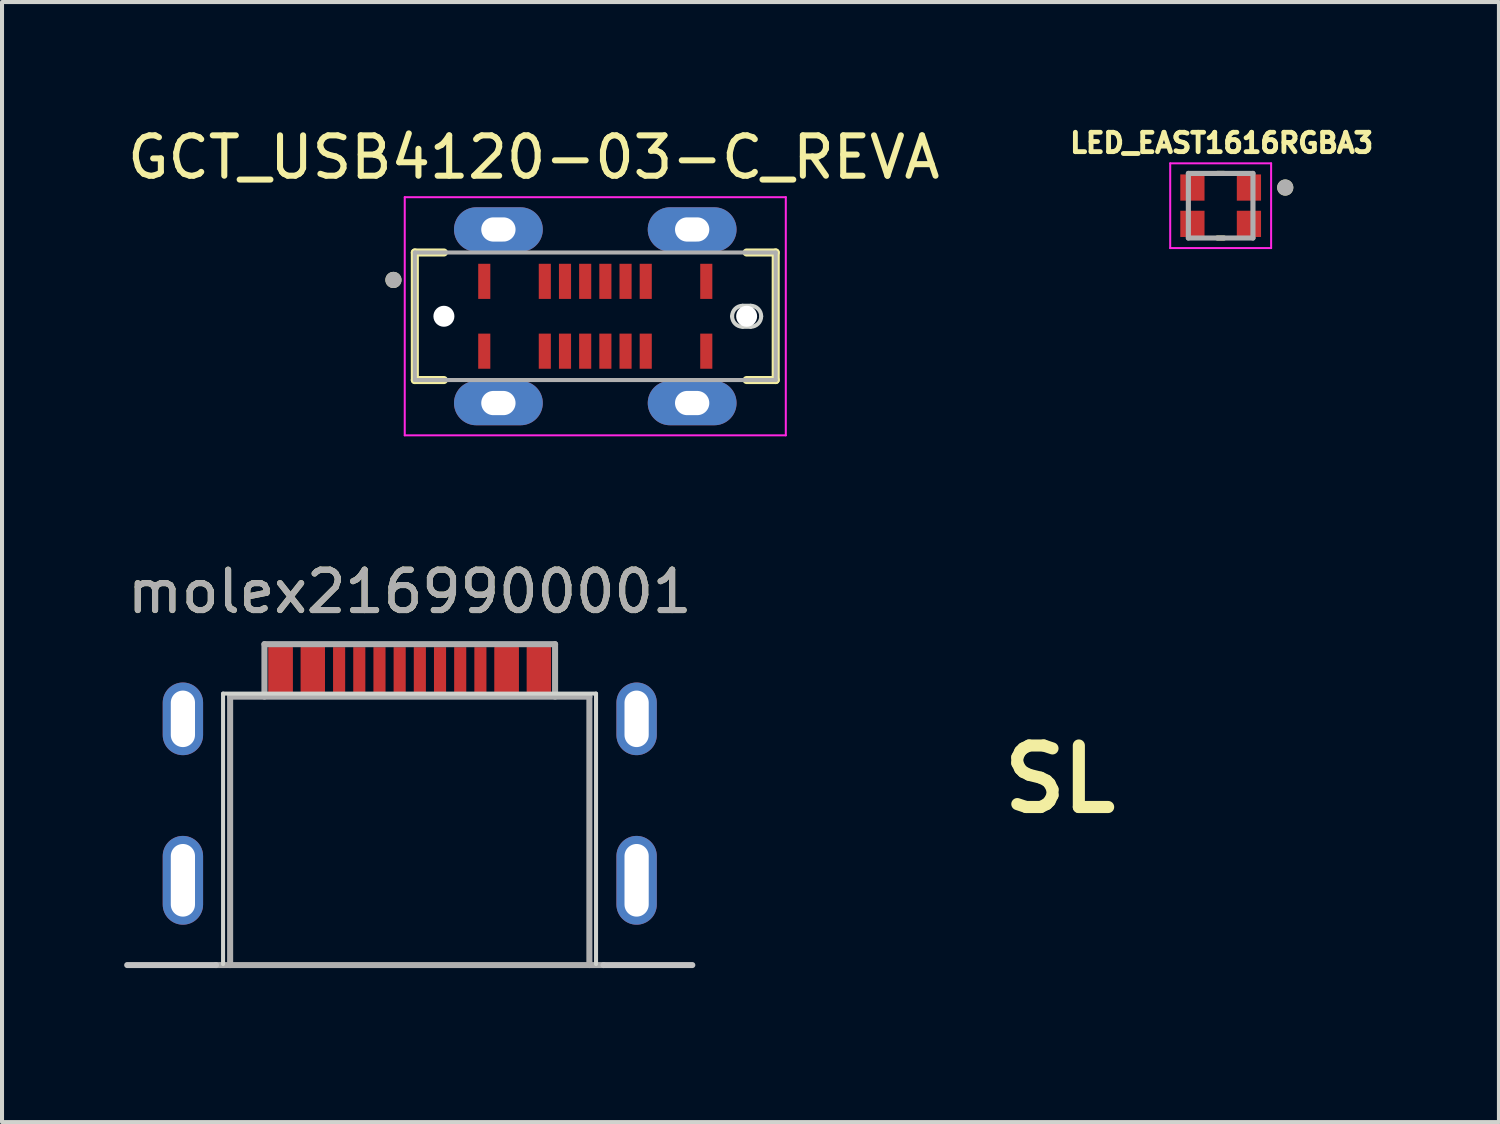
<source format=kicad_pcb>
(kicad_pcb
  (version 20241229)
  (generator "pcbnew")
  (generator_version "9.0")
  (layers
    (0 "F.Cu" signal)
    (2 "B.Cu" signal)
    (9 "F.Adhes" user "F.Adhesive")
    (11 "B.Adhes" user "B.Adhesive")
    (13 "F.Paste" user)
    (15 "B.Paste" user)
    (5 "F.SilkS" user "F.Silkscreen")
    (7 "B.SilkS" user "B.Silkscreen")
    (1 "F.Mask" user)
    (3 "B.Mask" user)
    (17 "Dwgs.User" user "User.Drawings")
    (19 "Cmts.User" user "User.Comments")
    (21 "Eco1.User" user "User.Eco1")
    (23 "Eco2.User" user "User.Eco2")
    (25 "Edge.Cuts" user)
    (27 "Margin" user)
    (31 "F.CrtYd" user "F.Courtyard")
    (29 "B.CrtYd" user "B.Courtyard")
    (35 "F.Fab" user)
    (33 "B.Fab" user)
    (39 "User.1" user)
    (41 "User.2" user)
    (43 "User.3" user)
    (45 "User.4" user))
  (footprint "GCT_USB4120-03-C_REVA"
    (layer "F.Cu")
    (at 11.697 4.785)
    (property "Reference" "GCT_USB4120-03-C_REVA" (at -1.524 -3.937 0) (layer "F.SilkS") (effects (font (size 1 1) (thickness 0.15))))
    (fp_line (start -4.47 -1.58) (end -4.47 1.58) (stroke (width 0.2) (type solid)) (layer "F.SilkS"))
    (fp_line (start -4.47 1.58) (end -3.75 1.58) (stroke (width 0.2) (type solid)) (layer "F.SilkS"))
    (fp_line (start -3.75 -1.58) (end -4.47 -1.58) (stroke (width 0.2) (type solid)) (layer "F.SilkS"))
    (fp_line (start 3.75 -1.58) (end 4.47 -1.58) (stroke (width 0.2) (type solid)) (layer "F.SilkS"))
    (fp_line (start 4.47 -1.58) (end 4.47 1.58) (stroke (width 0.2) (type solid)) (layer "F.SilkS"))
    (fp_line (start 4.47 1.58) (end 3.75 1.58) (stroke (width 0.2) (type solid)) (layer "F.SilkS"))
    (fp_circle (center -5 -0.9) (end -4.9 -0.9) (stroke (width 0.2) (type solid)) (fill no) (layer "F.SilkS"))
    (fp_line (start 3.65 -0.26) (end 3.85 -0.26) (stroke (width 0.1) (type solid)) (layer "Edge.Cuts"))
    (fp_line (start 3.85 0.26) (end 3.65 0.26) (stroke (width 0.1) (type solid)) (layer "Edge.Cuts"))
    (fp_arc (start 3.39 0) (mid 3.466152 -0.183848) (end 3.65 -0.26) (stroke (width 0.1) (type solid)) (layer "Edge.Cuts"))
    (fp_arc (start 3.65 0.26) (mid 3.466152 0.183848) (end 3.39 0) (stroke (width 0.1) (type solid)) (layer "Edge.Cuts"))
    (fp_arc (start 3.85 -0.26) (mid 4.033848 -0.183848) (end 4.11 0) (stroke (width 0.1) (type solid)) (layer "Edge.Cuts"))
    (fp_arc (start 4.11 0) (mid 4.033848 0.183848) (end 3.85 0.26) (stroke (width 0.1) (type solid)) (layer "Edge.Cuts"))
    (fp_line (start -4.72 -2.95) (end 4.72 -2.95) (stroke (width 0.05) (type solid)) (layer "F.CrtYd"))
    (fp_line (start -4.72 2.95) (end -4.72 -2.95) (stroke (width 0.05) (type solid)) (layer "F.CrtYd"))
    (fp_line (start 4.72 -2.95) (end 4.72 2.95) (stroke (width 0.05) (type solid)) (layer "F.CrtYd"))
    (fp_line (start 4.72 2.95) (end -4.72 2.95) (stroke (width 0.05) (type solid)) (layer "F.CrtYd"))
    (fp_line (start -4.47 -1.58) (end 4.47 -1.58) (stroke (width 0.1) (type solid)) (layer "F.Fab"))
    (fp_line (start -4.47 1.58) (end -4.47 -1.58) (stroke (width 0.1) (type solid)) (layer "F.Fab"))
    (fp_line (start 4.47 -1.58) (end 4.47 1.58) (stroke (width 0.1) (type solid)) (layer "F.Fab"))
    (fp_line (start 4.47 1.58) (end -4.47 1.58) (stroke (width 0.1) (type solid)) (layer "F.Fab"))
    (fp_circle (center -5 -0.9) (end -4.9 -0.9) (stroke (width 0.2) (type solid)) (fill no) (layer "F.Fab"))
    (pad "" np_thru_hole circle (at -3.75 0) (size 0.52 0.52) (drill 0.52) (layers "*.Cu" "*.Mask"))
    (pad "" np_thru_hole circle (at 3.75 0) (size 0.52 0.52) (drill 0.52) (layers "*.Cu" "*.Mask"))
    (pad "A1" smd rect (at -2.75 -0.865) (size 0.3 0.87) (layers "F.Cu" "F.Mask" "F.Paste"))
    (pad "A4" smd rect (at -1.25 -0.865) (size 0.3 0.87) (layers "F.Cu" "F.Mask" "F.Paste"))
    (pad "A5" smd rect (at -0.75 -0.865) (size 0.3 0.87) (layers "F.Cu" "F.Mask" "F.Paste"))
    (pad "A6" smd rect (at -0.25 -0.865) (size 0.3 0.87) (layers "F.Cu" "F.Mask" "F.Paste"))
    (pad "A7" smd rect (at 0.25 -0.865) (size 0.3 0.87) (layers "F.Cu" "F.Mask" "F.Paste"))
    (pad "A8" smd rect (at 0.75 -0.865) (size 0.3 0.87) (layers "F.Cu" "F.Mask" "F.Paste"))
    (pad "A9" smd rect (at 1.25 -0.865) (size 0.3 0.87) (layers "F.Cu" "F.Mask" "F.Paste"))
    (pad "A12" smd rect (at 2.75 -0.865) (size 0.3 0.87) (layers "F.Cu" "F.Mask" "F.Paste"))
    (pad "B1" smd rect (at 2.75 0.865) (size 0.3 0.87) (layers "F.Cu" "F.Mask" "F.Paste"))
    (pad "B4" smd rect (at 1.25 0.865) (size 0.3 0.87) (layers "F.Cu" "F.Mask" "F.Paste"))
    (pad "B5" smd rect (at 0.75 0.865) (size 0.3 0.87) (layers "F.Cu" "F.Mask" "F.Paste"))
    (pad "B6" smd rect (at 0.25 0.865) (size 0.3 0.87) (layers "F.Cu" "F.Mask" "F.Paste"))
    (pad "B7" smd rect (at -0.25 0.865) (size 0.3 0.87) (layers "F.Cu" "F.Mask" "F.Paste"))
    (pad "B8" smd rect (at -0.75 0.865) (size 0.3 0.87) (layers "F.Cu" "F.Mask" "F.Paste"))
    (pad "B9" smd rect (at -1.25 0.865) (size 0.3 0.87) (layers "F.Cu" "F.Mask" "F.Paste"))
    (pad "B12" smd rect (at -2.75 0.865) (size 0.3 0.87) (layers "F.Cu" "F.Mask" "F.Paste"))
    (pad "S1" thru_hole oval (at -2.4 -2.15) (size 2.2 1.1) (drill oval 0.85 0.6) (layers "*.Cu" "*.Mask"))
    (pad "S2" thru_hole oval (at -2.4 2.15) (size 2.2 1.1) (drill oval 0.85 0.6) (layers "*.Cu" "*.Mask"))
    (pad "S3" thru_hole oval (at 2.4 -2.15) (size 2.2 1.1) (drill oval 0.85 0.6) (layers "*.Cu" "*.Mask"))
    (pad "S4" thru_hole oval (at 2.4 2.15) (size 2.2 1.1) (drill oval 0.85 0.6) (layers "*.Cu" "*.Mask")))
  (footprint "SL"
    (layer "F.Cu")
    (at 23.205 16.253)
    (property "Reference" "SL" (at 0 0 0) (layer "F.SilkS") (effects (font (size 1.524 1.524) (thickness 0.3))))
    (attr board_only exclude_from_pos_files exclude_from_bom)
    (fp_poly (pts (xy -4.86 -2.482) (xy -4.667 -2.434) (xy -4.492 -2.351) (xy -4.338 -2.238) (xy -4.209 -2.099) (xy -4.109 -1.936) (xy -4.041 -1.753) (xy -4.029 -1.702) (xy -4.023 -1.655) (xy -4.018 -1.571) (xy -4.013 -1.455) (xy -4.009 -1.31) (xy -4.006 -1.141) (xy -4.003 -0.952) (xy -4.001 -0.746) (xy -3.999 -0.527) (xy -3.998 -0.299) (xy -3.998 -0.067) (xy -3.998 0.167) (xy -3.999 0.398) (xy -4 0.623) (xy -4.002 0.836) (xy -4.004 1.036) (xy -4.007 1.217) (xy -4.011 1.376) (xy -4.015 1.508) (xy -4.02 1.611) (xy -4.025 1.68) (xy -4.029 1.702) (xy -4.088 1.89) (xy -4.181 2.059) (xy -4.303 2.205) (xy -4.452 2.326) (xy -4.622 2.417) (xy -4.798 2.471) (xy -4.927 2.493) (xy -5.041 2.496) (xy -5.162 2.48) (xy -5.212 2.47) (xy -5.395 2.411) (xy -5.562 2.317) (xy -5.707 2.194) (xy -5.827 2.046) (xy -5.917 1.877) (xy -5.971 1.702) (xy -5.977 1.655) (xy -5.982 1.571) (xy -5.987 1.455) (xy -5.991 1.31) (xy -5.994 1.141) (xy -5.997 0.952) (xy -5.999 0.746) (xy -6.001 0.527) (xy -6.002 0.299) (xy -6.002 0.067) (xy -6.002 -0.167) (xy -6.001 -0.398) (xy -6 -0.623) (xy -5.998 -0.836) (xy -5.996 -1.036) (xy -5.993 -1.217) (xy -5.989 -1.376) (xy -5.985 -1.508) (xy -5.98 -1.611) (xy -5.975 -1.68) (xy -5.971 -1.702) (xy -5.913 -1.887) (xy -5.823 -2.052) (xy -5.705 -2.196) (xy -5.565 -2.315) (xy -5.405 -2.406) (xy -5.231 -2.466) (xy -5.047 -2.493)) (stroke (width 0) (type solid)) (fill yes) (layer "F.Mask"))
    (fp_poly (pts (xy 5.14 -2.482) (xy 5.333 -2.434) (xy 5.508 -2.351) (xy 5.662 -2.238) (xy 5.791 -2.099) (xy 5.891 -1.936) (xy 5.959 -1.753) (xy 5.971 -1.702) (xy 5.977 -1.655) (xy 5.982 -1.571) (xy 5.987 -1.455) (xy 5.991 -1.31) (xy 5.994 -1.141) (xy 5.997 -0.952) (xy 5.999 -0.746) (xy 6.001 -0.527) (xy 6.002 -0.299) (xy 6.002 -0.067) (xy 6.002 0.167) (xy 6.001 0.398) (xy 6 0.623) (xy 5.998 0.836) (xy 5.996 1.036) (xy 5.993 1.217) (xy 5.989 1.376) (xy 5.985 1.508) (xy 5.98 1.611) (xy 5.975 1.68) (xy 5.971 1.702) (xy 5.912 1.89) (xy 5.819 2.059) (xy 5.697 2.205) (xy 5.548 2.326) (xy 5.378 2.417) (xy 5.202 2.471) (xy 5.073 2.493) (xy 4.959 2.496) (xy 4.838 2.48) (xy 4.788 2.47) (xy 4.605 2.411) (xy 4.438 2.317) (xy 4.293 2.194) (xy 4.173 2.046) (xy 4.083 1.877) (xy 4.029 1.702) (xy 4.023 1.655) (xy 4.018 1.571) (xy 4.013 1.455) (xy 4.009 1.31) (xy 4.006 1.141) (xy 4.003 0.952) (xy 4.001 0.746) (xy 3.999 0.527) (xy 3.998 0.299) (xy 3.998 0.067) (xy 3.998 -0.167) (xy 3.999 -0.398) (xy 4 -0.623) (xy 4.002 -0.836) (xy 4.004 -1.036) (xy 4.007 -1.217) (xy 4.011 -1.376) (xy 4.015 -1.508) (xy 4.02 -1.611) (xy 4.025 -1.68) (xy 4.029 -1.702) (xy 4.087 -1.887) (xy 4.177 -2.052) (xy 4.295 -2.196) (xy 4.435 -2.315) (xy 4.595 -2.406) (xy 4.769 -2.466) (xy 4.953 -2.493)) (stroke (width 0) (type solid)) (fill yes) (layer "F.Mask"))
    (fp_poly (pts (xy -2.266 -3.965) (xy -2.092 -3.905) (xy -1.933 -3.813) (xy -1.792 -3.694) (xy -1.675 -3.549) (xy -1.586 -3.384) (xy -1.529 -3.202) (xy -1.525 -3.163) (xy -1.521 -3.086) (xy -1.517 -2.975) (xy -1.514 -2.831) (xy -1.511 -2.659) (xy -1.508 -2.46) (xy -1.506 -2.237) (xy -1.504 -1.993) (xy -1.502 -1.731) (xy -1.501 -1.454) (xy -1.499 -1.163) (xy -1.499 -0.862) (xy -1.498 -0.554) (xy -1.498 -0.241) (xy -1.497 0.074) (xy -1.498 0.389) (xy -1.498 0.7) (xy -1.499 1.005) (xy -1.5 1.301) (xy -1.501 1.586) (xy -1.503 1.857) (xy -1.505 2.11) (xy -1.507 2.345) (xy -1.51 2.556) (xy -1.512 2.743) (xy -1.516 2.902) (xy -1.519 3.031) (xy -1.523 3.127) (xy -1.527 3.186) (xy -1.529 3.202) (xy -1.588 3.39) (xy -1.681 3.559) (xy -1.803 3.705) (xy -1.952 3.826) (xy -2.122 3.917) (xy -2.298 3.971) (xy -2.427 3.993) (xy -2.541 3.996) (xy -2.662 3.98) (xy -2.712 3.97) (xy -2.895 3.911) (xy -3.062 3.817) (xy -3.207 3.694) (xy -3.327 3.546) (xy -3.417 3.377) (xy -3.471 3.202) (xy -3.475 3.163) (xy -3.479 3.086) (xy -3.483 2.975) (xy -3.486 2.831) (xy -3.489 2.659) (xy -3.492 2.46) (xy -3.494 2.237) (xy -3.496 1.993) (xy -3.498 1.731) (xy -3.499 1.454) (xy -3.501 1.163) (xy -3.501 0.862) (xy -3.502 0.554) (xy -3.502 0.241) (xy -3.503 -0.074) (xy -3.502 -0.389) (xy -3.502 -0.7) (xy -3.501 -1.005) (xy -3.5 -1.301) (xy -3.499 -1.586) (xy -3.497 -1.857) (xy -3.495 -2.11) (xy -3.493 -2.345) (xy -3.49 -2.556) (xy -3.488 -2.743) (xy -3.484 -2.902) (xy -3.481 -3.031) (xy -3.477 -3.127) (xy -3.473 -3.186) (xy -3.471 -3.202) (xy -3.412 -3.39) (xy -3.319 -3.559) (xy -3.197 -3.705) (xy -3.05 -3.825) (xy -2.88 -3.915) (xy -2.691 -3.973) (xy -2.64 -3.982) (xy -2.45 -3.992)) (stroke (width 0) (type solid)) (fill yes) (layer "F.Mask"))
    (fp_poly (pts (xy 2.734 -3.965) (xy 2.908 -3.905) (xy 3.067 -3.813) (xy 3.208 -3.694) (xy 3.325 -3.549) (xy 3.414 -3.384) (xy 3.471 -3.202) (xy 3.475 -3.163) (xy 3.479 -3.086) (xy 3.483 -2.975) (xy 3.486 -2.831) (xy 3.489 -2.659) (xy 3.492 -2.46) (xy 3.494 -2.237) (xy 3.496 -1.993) (xy 3.498 -1.731) (xy 3.499 -1.454) (xy 3.501 -1.163) (xy 3.501 -0.862) (xy 3.502 -0.554) (xy 3.502 -0.241) (xy 3.503 0.074) (xy 3.502 0.389) (xy 3.502 0.7) (xy 3.501 1.005) (xy 3.5 1.301) (xy 3.499 1.586) (xy 3.497 1.857) (xy 3.495 2.11) (xy 3.493 2.345) (xy 3.49 2.556) (xy 3.488 2.743) (xy 3.484 2.902) (xy 3.481 3.031) (xy 3.477 3.127) (xy 3.473 3.186) (xy 3.471 3.202) (xy 3.412 3.39) (xy 3.319 3.559) (xy 3.197 3.705) (xy 3.048 3.826) (xy 2.878 3.917) (xy 2.702 3.971) (xy 2.573 3.993) (xy 2.459 3.996) (xy 2.338 3.98) (xy 2.288 3.97) (xy 2.105 3.911) (xy 1.938 3.817) (xy 1.793 3.694) (xy 1.673 3.546) (xy 1.583 3.377) (xy 1.529 3.202) (xy 1.525 3.163) (xy 1.521 3.086) (xy 1.517 2.975) (xy 1.514 2.831) (xy 1.511 2.659) (xy 1.508 2.46) (xy 1.506 2.237) (xy 1.504 1.993) (xy 1.502 1.731) (xy 1.501 1.454) (xy 1.499 1.163) (xy 1.499 0.862) (xy 1.498 0.554) (xy 1.498 0.241) (xy 1.497 -0.074) (xy 1.498 -0.389) (xy 1.498 -0.7) (xy 1.499 -1.005) (xy 1.5 -1.301) (xy 1.501 -1.586) (xy 1.503 -1.857) (xy 1.505 -2.11) (xy 1.507 -2.345) (xy 1.51 -2.556) (xy 1.512 -2.743) (xy 1.516 -2.902) (xy 1.519 -3.031) (xy 1.523 -3.127) (xy 1.527 -3.186) (xy 1.529 -3.202) (xy 1.588 -3.39) (xy 1.681 -3.559) (xy 1.803 -3.705) (xy 1.95 -3.825) (xy 2.12 -3.915) (xy 2.309 -3.973) (xy 2.36 -3.982) (xy 2.55 -3.992)) (stroke (width 0) (type solid)) (fill yes) (layer "F.Mask"))
    (fp_poly (pts (xy 0.234 -5.465) (xy 0.408 -5.405) (xy 0.567 -5.313) (xy 0.708 -5.194) (xy 0.825 -5.049) (xy 0.914 -4.884) (xy 0.971 -4.702) (xy 0.975 -4.666) (xy 0.978 -4.593) (xy 0.981 -4.483) (xy 0.984 -4.341) (xy 0.986 -4.167) (xy 0.989 -3.964) (xy 0.991 -3.734) (xy 0.993 -3.48) (xy 0.995 -3.203) (xy 0.996 -2.906) (xy 0.998 -2.591) (xy 0.999 -2.26) (xy 1 -1.916) (xy 1.001 -1.56) (xy 1.002 -1.195) (xy 1.002 -0.823) (xy 1.003 -0.447) (xy 1.003 -0.067) (xy 1.003 0.312) (xy 1.002 0.69) (xy 1.002 1.064) (xy 1.001 1.432) (xy 1 1.791) (xy 0.999 2.14) (xy 0.998 2.475) (xy 0.997 2.796) (xy 0.995 3.1) (xy 0.994 3.384) (xy 0.992 3.646) (xy 0.989 3.885) (xy 0.987 4.098) (xy 0.985 4.282) (xy 0.982 4.436) (xy 0.979 4.558) (xy 0.976 4.645) (xy 0.972 4.694) (xy 0.971 4.702) (xy 0.912 4.89) (xy 0.819 5.059) (xy 0.697 5.205) (xy 0.548 5.326) (xy 0.378 5.417) (xy 0.202 5.471) (xy 0.073 5.493) (xy -0.041 5.496) (xy -0.162 5.48) (xy -0.212 5.47) (xy -0.395 5.411) (xy -0.562 5.317) (xy -0.707 5.194) (xy -0.827 5.046) (xy -0.917 4.877) (xy -0.971 4.702) (xy -0.975 4.666) (xy -0.978 4.593) (xy -0.981 4.483) (xy -0.984 4.341) (xy -0.986 4.167) (xy -0.989 3.964) (xy -0.991 3.734) (xy -0.993 3.48) (xy -0.995 3.203) (xy -0.996 2.906) (xy -0.998 2.591) (xy -0.999 2.26) (xy -1 1.916) (xy -1.001 1.56) (xy -1.002 1.195) (xy -1.002 0.823) (xy -1.003 0.447) (xy -1.003 0.067) (xy -1.003 -0.312) (xy -1.002 -0.69) (xy -1.002 -1.064) (xy -1.001 -1.432) (xy -1 -1.791) (xy -0.999 -2.14) (xy -0.998 -2.475) (xy -0.997 -2.796) (xy -0.995 -3.1) (xy -0.994 -3.384) (xy -0.992 -3.646) (xy -0.989 -3.885) (xy -0.987 -4.098) (xy -0.985 -4.282) (xy -0.982 -4.436) (xy -0.979 -4.558) (xy -0.976 -4.645) (xy -0.972 -4.694) (xy -0.971 -4.702) (xy -0.912 -4.89) (xy -0.819 -5.059) (xy -0.697 -5.205) (xy -0.55 -5.325) (xy -0.38 -5.415) (xy -0.191 -5.473) (xy -0.14 -5.482) (xy 0.05 -5.492)) (stroke (width 0) (type solid)) (fill yes) (layer "F.Mask")))
  (footprint "molex2169900001"
    (layer "F.Cu")
    (at 7.101 20.858)
    (property "Reference" "molex2169900001" (at 0 -9.25 0) (layer "F.SilkS") (effects (font (size 1 1) (thickness 0.15))))
    (attr smd)
    (fp_line (start -4.8 0) (end -7 0) (stroke (width 0.15) (type solid)) (layer "Dwgs.User"))
    (fp_line (start 7 0) (end 4.8 0) (stroke (width 0.15) (type solid)) (layer "Dwgs.User"))
    (fp_line (start -4.625 -6.725) (end 4.615 -6.725) (stroke (width 0.1) (type solid)) (layer "Edge.Cuts"))
    (fp_line (start -4.625 -0.025) (end -4.625 -6.725) (stroke (width 0.1) (type solid)) (layer "Edge.Cuts"))
    (fp_line (start 4.615 -0.025) (end 4.615 -6.725) (stroke (width 0.1) (type solid)) (layer "Edge.Cuts"))
    (fp_line (start -4.45 -6.65) (end -4.45 0) (stroke (width 0.15) (type solid)) (layer "F.Fab"))
    (fp_line (start -3.6 -7.95) (end 3.6 -7.95) (stroke (width 0.15) (type solid)) (layer "F.Fab"))
    (fp_line (start -3.6 -6.65) (end -3.6 -7.95) (stroke (width 0.15) (type solid)) (layer "F.Fab"))
    (fp_line (start 3.6 -7.95) (end 3.6 -6.65) (stroke (width 0.15) (type solid)) (layer "F.Fab"))
    (fp_line (start 4.45 -6.65) (end -4.45 -6.65) (stroke (width 0.15) (type solid)) (layer "F.Fab"))
    (fp_line (start 4.45 -6.65) (end 4.45 0) (stroke (width 0.15) (type solid)) (layer "F.Fab"))
    (fp_line (start 4.8 0) (end -4.8 0) (stroke (width 0.15) (type solid)) (layer "F.Fab"))
    (fp_text user "${REFERENCE}" (at 0 -9.25 0) (layer "F.Fab") (effects (font (size 1 1) (thickness 0.15))))
    (pad "A1" smd rect (at -3.2 -7.3) (size 0.6 1.15) (layers "F.Cu" "F.Mask" "F.Paste"))
    (pad "A4" smd rect (at -2.4 -7.3) (size 0.6 1.15) (layers "F.Cu" "F.Mask" "F.Paste"))
    (pad "A5" smd rect (at -1.25 -7.3) (size 0.3 1.15) (layers "F.Cu" "F.Mask" "F.Paste"))
    (pad "A6" smd rect (at -0.25 -7.3) (size 0.3 1.15) (layers "F.Cu" "F.Mask" "F.Paste"))
    (pad "A7" smd rect (at 0.25 -7.3) (size 0.3 1.15) (layers "F.Cu" "F.Mask" "F.Paste"))
    (pad "A8" smd rect (at 1.25 -7.3) (size 0.3 1.15) (layers "F.Cu" "F.Mask" "F.Paste"))
    (pad "A9" smd rect (at 2.4 -7.3) (size 0.6 1.15) (layers "F.Cu" "F.Mask" "F.Paste"))
    (pad "A12" smd rect (at 3.2 -7.3) (size 0.6 1.15) (layers "F.Cu" "F.Mask" "F.Paste"))
    (pad "B1" smd rect (at 3.2 -7.3) (size 0.6 1.15) (layers "F.Cu" "F.Mask" "F.Paste"))
    (pad "B4" smd rect (at 2.4 -7.3) (size 0.6 1.15) (layers "F.Cu" "F.Mask" "F.Paste"))
    (pad "B5" smd rect (at 1.75 -7.3) (size 0.3 1.15) (layers "F.Cu" "F.Mask" "F.Paste"))
    (pad "B6" smd rect (at 0.75 -7.3) (size 0.3 1.15) (layers "F.Cu" "F.Mask" "F.Paste"))
    (pad "B7" smd rect (at -0.75 -7.3) (size 0.3 1.15) (layers "F.Cu" "F.Mask" "F.Paste"))
    (pad "B8" smd rect (at -1.75 -7.3) (size 0.3 1.15) (layers "F.Cu" "F.Mask" "F.Paste"))
    (pad "B9" smd rect (at -2.4 -7.3) (size 0.6 1.15) (layers "F.Cu" "F.Mask" "F.Paste"))
    (pad "B12" smd rect (at -3.2 -7.3) (size 0.6 1.15) (layers "F.Cu" "F.Mask" "F.Paste"))
    (pad "S1" thru_hole oval (at -5.62 -6.1) (size 1 1.8) (drill oval 0.6 1.4) (layers "*.Cu" "*.Mask"))
    (pad "S2" thru_hole oval (at 5.62 -6.1) (size 1 1.8) (drill oval 0.6 1.4) (layers "*.Cu" "*.Mask"))
    (pad "S3" thru_hole oval (at 5.62 -2.1) (size 1 2.2) (drill oval 0.6 1.8) (layers "*.Cu" "*.Mask"))
    (pad "S4" thru_hole oval (at -5.62 -2.1) (size 1 2.2) (drill oval 0.6 1.8) (layers "*.Cu" "*.Mask")))
  (footprint "LED_EAST1616RGBA3"
    (layer "F.Cu")
    (at 27.19 2.046)
    (property "Reference" "LED_EAST1616RGBA3" (at 0.024 -1.555 0) (layer "F.SilkS") (effects (font (size 0.48 0.48) (thickness 0.15))))
    (attr through_hole)
    (fp_line (start -0.08 -0.8) (end 0.08 -0.8) (stroke (width 0.127) (type solid)) (layer "F.SilkS"))
    (fp_line (start 0.08 0.8) (end -0.08 0.8) (stroke (width 0.127) (type solid)) (layer "F.SilkS"))
    (fp_circle (center 1.6 -0.45) (end 1.7 -0.45) (stroke (width 0.2) (type solid)) (fill no) (layer "F.SilkS"))
    (fp_line (start -1.25 -1.05) (end 1.25 -1.05) (stroke (width 0.05) (type solid)) (layer "F.CrtYd"))
    (fp_line (start -1.25 1.05) (end -1.25 -1.05) (stroke (width 0.05) (type solid)) (layer "F.CrtYd"))
    (fp_line (start 1.25 -1.05) (end 1.25 1.05) (stroke (width 0.05) (type solid)) (layer "F.CrtYd"))
    (fp_line (start 1.25 1.05) (end -1.25 1.05) (stroke (width 0.05) (type solid)) (layer "F.CrtYd"))
    (fp_line (start -0.8 -0.8) (end 0.8 -0.8) (stroke (width 0.127) (type solid)) (layer "F.Fab"))
    (fp_line (start -0.8 0.8) (end -0.8 -0.8) (stroke (width 0.127) (type solid)) (layer "F.Fab"))
    (fp_line (start 0.8 -0.8) (end 0.8 0.8) (stroke (width 0.127) (type solid)) (layer "F.Fab"))
    (fp_line (start 0.8 0.8) (end -0.8 0.8) (stroke (width 0.127) (type solid)) (layer "F.Fab"))
    (fp_circle (center 1.6 -0.45) (end 1.7 -0.45) (stroke (width 0.2) (type solid)) (fill no) (layer "F.Fab"))
    (pad "1" smd rect (at 0.7 -0.45) (size 0.6 0.65) (layers "F.Cu" "F.Mask" "F.Paste"))
    (pad "2" smd rect (at -0.7 -0.45) (size 0.6 0.65) (layers "F.Cu" "F.Mask" "F.Paste"))
    (pad "3" smd rect (at 0.7 0.45) (size 0.6 0.65) (layers "F.Cu" "F.Mask" "F.Paste"))
    (pad "4" smd rect (at -0.7 0.45) (size 0.6 0.65) (layers "F.Cu" "F.Mask" "F.Paste")))
  (gr_rect
    (start -3 -3)
    (end 34.084 24.748)
    (stroke (width 0.1) (type default))
    (fill no)
    (layer "Edge.Cuts")))
</source>
